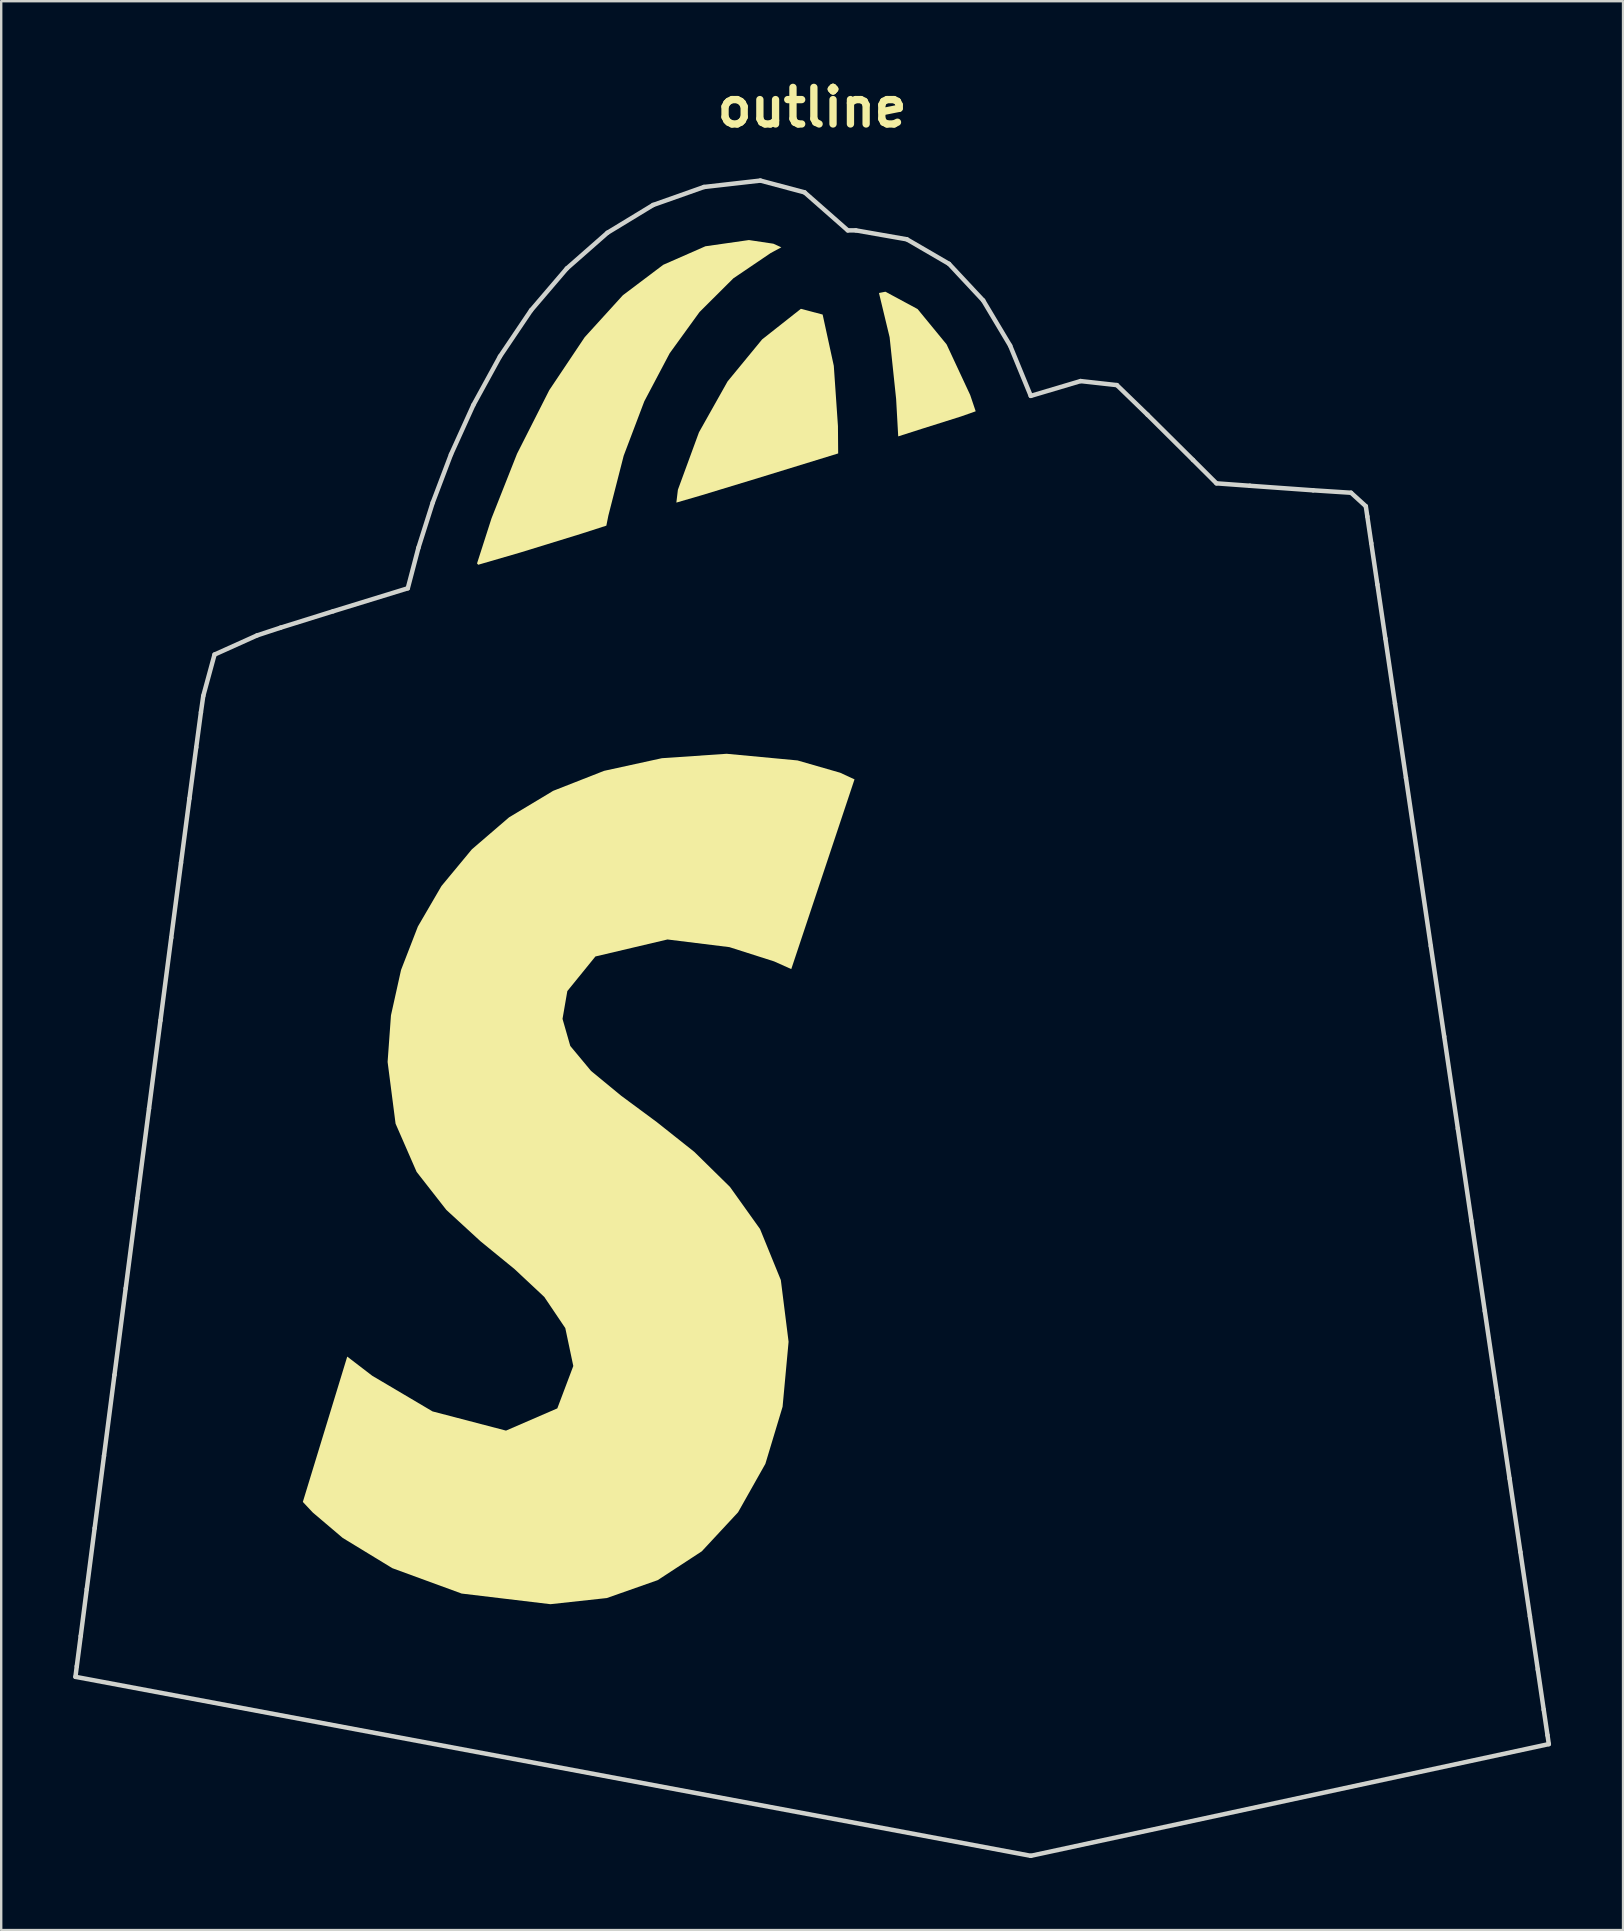
<source format=kicad_pcb>
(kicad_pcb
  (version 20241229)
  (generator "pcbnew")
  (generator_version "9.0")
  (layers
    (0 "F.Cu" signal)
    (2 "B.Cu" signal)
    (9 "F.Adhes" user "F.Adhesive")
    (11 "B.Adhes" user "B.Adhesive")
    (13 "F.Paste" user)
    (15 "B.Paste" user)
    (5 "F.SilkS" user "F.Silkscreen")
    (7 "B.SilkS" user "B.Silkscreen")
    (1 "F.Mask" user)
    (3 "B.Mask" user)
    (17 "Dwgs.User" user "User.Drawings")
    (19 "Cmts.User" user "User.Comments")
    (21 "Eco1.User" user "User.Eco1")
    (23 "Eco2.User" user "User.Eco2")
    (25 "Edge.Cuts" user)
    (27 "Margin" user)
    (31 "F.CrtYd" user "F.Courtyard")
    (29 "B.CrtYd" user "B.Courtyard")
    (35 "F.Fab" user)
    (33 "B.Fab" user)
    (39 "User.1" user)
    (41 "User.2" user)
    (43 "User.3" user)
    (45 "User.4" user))
  (footprint "outline"
    (layer "F.Cu")
    (at 30.788 39.374)
    (property "Reference" "outline" (at 0 -37.948 0) (layer "F.SilkS") (effects (font (size 1.524 1.524) (thickness 0.305))))
    (attr smd)
    (fp_poly (pts (xy 22.454 -21.893) (xy 20.875 -21.995) (xy 18.238 -22.184) (xy 16.847 -22.285) (xy 15.871 -23.259) (xy 13.973 -25.143) (xy 12.698 -26.378) (xy 12.138 -26.658) (xy 9.11 34.9) (xy 30.695 30.246) (xy 30.64 29.875) (xy 30.483 28.813) (xy 30.235 27.136) (xy 29.907 24.92) (xy 29.511 22.243) (xy 29.059 19.181) (xy 28.56 15.81) (xy 28.027 12.207) (xy 27.471 8.449) (xy 26.904 4.611) (xy 26.336 0.771) (xy 25.778 -2.995) (xy 25.243 -6.61) (xy 24.742 -9.999) (xy 24.285 -13.084) (xy 23.885 -15.789) (xy 23.552 -18.037) (xy 23.297 -19.752) (xy 23.133 -20.857) (xy 23.07 -21.276) (xy 22.454 -21.893)) (stroke (width 0) (type solid)) (fill yes) (layer "F.Mask"))
    (fp_poly (pts (xy 3.5 -25.8) (xy 3.229 -28.373) (xy 2.785 -30.217) (xy 3.054 -30.269) (xy 4.394 -29.547) (xy 5.602 -28.076) (xy 6.586 -25.966) (xy 6.815 -25.287) (xy 6.205 -25.072) (xy 4.591 -24.563) (xy 3.587 -24.242) (xy 3.5 -25.8)) (stroke (width 0) (type solid)) (fill yes) (layer "F.SilkS"))
    (fp_poly (pts (xy -5.593 -22.017) (xy -4.715 -24.411) (xy -3.522 -26.533) (xy -2.083 -28.283) (xy -0.468 -29.557) (xy 0.438 -29.318) (xy 0.903 -27.183) (xy 1.076 -24.669) (xy 1.085 -23.531) (xy -2.242 -22.508) (xy -4.618 -21.785) (xy -5.657 -21.483) (xy -5.593 -22.017) (xy -5.593 -22.017)) (stroke (width 0) (type solid)) (fill yes) (layer "F.SilkS"))
    (fp_poly (pts (xy -13.962 -18.948) (xy -13.358 -20.829) (xy -12.295 -23.518) (xy -10.952 -26.168) (xy -9.475 -28.375) (xy -7.886 -30.122) (xy -6.203 -31.391) (xy -4.446 -32.163) (xy -2.634 -32.422) (xy -1.615 -32.27) (xy -1.283 -32.119) (xy -1.726 -31.881) (xy -3.282 -30.827) (xy -4.69 -29.425) (xy -5.934 -27.707) (xy -6.993 -25.702) (xy -7.851 -23.438) (xy -8.489 -20.946) (xy -8.574 -20.522) (xy -9.608 -20.189) (xy -12.158 -19.403) (xy -13.912 -18.893) (xy -13.962 -18.948) (xy -13.962 -18.948)) (stroke (width 0) (type solid)) (fill yes) (layer "F.SilkS"))
    (fp_poly (pts (xy 1.766 -9.951) (xy -0.869 -2.046) (xy -1.583 -2.366) (xy -3.444 -2.96) (xy -6.027 -3.28) (xy -9.029 -2.572) (xy -10.2 -1.129) (xy -10.4 0.028) (xy -10.077 1.156) (xy -9.211 2.198) (xy -7.958 3.23) (xy -6.472 4.329) (xy -4.909 5.57) (xy -3.423 7.03) (xy -2.17 8.785) (xy -1.304 10.91) (xy -0.981 13.483) (xy -1.231 16.19) (xy -1.948 18.568) (xy -3.086 20.587) (xy -4.598 22.214) (xy -6.436 23.415) (xy -8.554 24.16) (xy -10.904 24.416) (xy -14.604 23.973) (xy -17.49 22.916) (xy -19.559 21.655) (xy -20.804 20.598) (xy -21.22 20.155) (xy -19.37 14.1) (xy -18.328 14.899) (xy -15.815 16.384) (xy -12.755 17.184) (xy -10.617 16.258) (xy -9.951 14.492) (xy -10.284 12.913) (xy -11.16 11.614) (xy -12.399 10.454) (xy -13.82 9.293) (xy -15.24 7.989) (xy -16.479 6.404) (xy -17.356 4.395) (xy -17.688 1.822) (xy -17.548 -0.118) (xy -17.128 -2.01) (xy -16.427 -3.819) (xy -15.444 -5.507) (xy -14.177 -7.036) (xy -12.626 -8.37) (xy -10.79 -9.473) (xy -8.668 -10.306) (xy -6.258 -10.833) (xy -3.56 -11.017) (xy -0.609 -10.74) (xy 1.17 -10.227) (xy 1.766 -9.951)) (stroke (width 0) (type solid)) (fill yes) (layer "F.SilkS"))
    (fp_line (start -30.695 27.443) (end 9.11 34.9) (stroke (width 0.186) (type solid)) (layer "Edge.Cuts"))
    (fp_line (start -30.638 26.999) (end -30.695 27.443) (stroke (width 0.186) (type solid)) (layer "Edge.Cuts"))
    (fp_line (start -30.475 25.742) (end -30.638 26.999) (stroke (width 0.186) (type solid)) (layer "Edge.Cuts"))
    (fp_line (start -30.223 23.787) (end -30.475 25.742) (stroke (width 0.186) (type solid)) (layer "Edge.Cuts"))
    (fp_line (start -29.894 21.246) (end -30.223 23.787) (stroke (width 0.186) (type solid)) (layer "Edge.Cuts"))
    (fp_line (start -29.505 18.235) (end -29.894 21.246) (stroke (width 0.186) (type solid)) (layer "Edge.Cuts"))
    (fp_line (start -29.069 14.866) (end -29.505 18.235) (stroke (width 0.186) (type solid)) (layer "Edge.Cuts"))
    (fp_line (start -28.601 11.254) (end -29.069 14.866) (stroke (width 0.186) (type solid)) (layer "Edge.Cuts"))
    (fp_line (start -28.116 7.513) (end -28.601 11.254) (stroke (width 0.186) (type solid)) (layer "Edge.Cuts"))
    (fp_line (start -27.628 3.755) (end -28.116 7.513) (stroke (width 0.186) (type solid)) (layer "Edge.Cuts"))
    (fp_line (start -27.153 0.096) (end -27.628 3.755) (stroke (width 0.186) (type solid)) (layer "Edge.Cuts"))
    (fp_line (start -26.704 -3.352) (end -27.153 0.096) (stroke (width 0.186) (type solid)) (layer "Edge.Cuts"))
    (fp_line (start -26.296 -6.474) (end -26.704 -3.352) (stroke (width 0.186) (type solid)) (layer "Edge.Cuts"))
    (fp_line (start -25.944 -9.156) (end -26.296 -6.474) (stroke (width 0.186) (type solid)) (layer "Edge.Cuts"))
    (fp_line (start -25.662 -11.285) (end -25.944 -9.156) (stroke (width 0.186) (type solid)) (layer "Edge.Cuts"))
    (fp_line (start -25.466 -12.747) (end -25.662 -11.285) (stroke (width 0.186) (type solid)) (layer "Edge.Cuts"))
    (fp_line (start -25.369 -13.427) (end -25.466 -12.747) (stroke (width 0.186) (type solid)) (layer "Edge.Cuts"))
    (fp_line (start -24.899 -15.151) (end -25.369 -13.427) (stroke (width 0.186) (type solid)) (layer "Edge.Cuts"))
    (fp_line (start -23.126 -15.95) (end -24.899 -15.151) (stroke (width 0.186) (type solid)) (layer "Edge.Cuts"))
    (fp_line (start -22.146 -16.272) (end -23.126 -15.95) (stroke (width 0.186) (type solid)) (layer "Edge.Cuts"))
    (fp_line (start -19.958 -16.955) (end -22.146 -16.272) (stroke (width 0.186) (type solid)) (layer "Edge.Cuts"))
    (fp_line (start -16.847 -17.912) (end -19.958 -16.955) (stroke (width 0.186) (type solid)) (layer "Edge.Cuts"))
    (fp_line (start -16.405 -19.597) (end -16.847 -17.912) (stroke (width 0.186) (type solid)) (layer "Edge.Cuts"))
    (fp_line (start -15.808 -21.481) (end -16.405 -19.597) (stroke (width 0.186) (type solid)) (layer "Edge.Cuts"))
    (fp_line (start -15.048 -23.488) (end -15.808 -21.481) (stroke (width 0.186) (type solid)) (layer "Edge.Cuts"))
    (fp_line (start -14.117 -25.544) (end -15.048 -23.488) (stroke (width 0.186) (type solid)) (layer "Edge.Cuts"))
    (fp_line (start -13.007 -27.571) (end -14.117 -25.544) (stroke (width 0.186) (type solid)) (layer "Edge.Cuts"))
    (fp_line (start -11.711 -29.494) (end -13.007 -27.571) (stroke (width 0.186) (type solid)) (layer "Edge.Cuts"))
    (fp_line (start -10.221 -31.238) (end -11.711 -29.494) (stroke (width 0.186) (type solid)) (layer "Edge.Cuts"))
    (fp_line (start -8.528 -32.726) (end -10.221 -31.238) (stroke (width 0.186) (type solid)) (layer "Edge.Cuts"))
    (fp_line (start -6.625 -33.883) (end -8.528 -32.726) (stroke (width 0.186) (type solid)) (layer "Edge.Cuts"))
    (fp_line (start -4.505 -34.633) (end -6.625 -33.883) (stroke (width 0.186) (type solid)) (layer "Edge.Cuts"))
    (fp_line (start -2.158 -34.9) (end -4.505 -34.633) (stroke (width 0.186) (type solid)) (layer "Edge.Cuts"))
    (fp_line (start -0.315 -34.409) (end -2.158 -34.9) (stroke (width 0.186) (type solid)) (layer "Edge.Cuts"))
    (fp_line (start 1.486 -32.825) (end -0.315 -34.409) (stroke (width 0.186) (type solid)) (layer "Edge.Cuts"))
    (fp_line (start 1.822 -32.825) (end 1.486 -32.825) (stroke (width 0.186) (type solid)) (layer "Edge.Cuts"))
    (fp_line (start 3.947 -32.453) (end 1.822 -32.825) (stroke (width 0.186) (type solid)) (layer "Edge.Cuts"))
    (fp_line (start 5.703 -31.431) (end 3.947 -32.453) (stroke (width 0.186) (type solid)) (layer "Edge.Cuts"))
    (fp_line (start 7.126 -29.907) (end 5.703 -31.431) (stroke (width 0.186) (type solid)) (layer "Edge.Cuts"))
    (fp_line (start 8.25 -28.024) (end 7.126 -29.907) (stroke (width 0.186) (type solid)) (layer "Edge.Cuts"))
    (fp_line (start 9.11 -25.929) (end 8.25 -28.024) (stroke (width 0.186) (type solid)) (layer "Edge.Cuts"))
    (fp_line (start 9.11 34.9) (end 30.695 30.246) (stroke (width 0.186) (type solid)) (layer "Edge.Cuts"))
    (fp_line (start 11.185 -26.546) (end 9.11 -25.929) (stroke (width 0.186) (type solid)) (layer "Edge.Cuts"))
    (fp_line (start 12.698 -26.378) (end 11.185 -26.546) (stroke (width 0.186) (type solid)) (layer "Edge.Cuts"))
    (fp_line (start 13.973 -25.143) (end 12.698 -26.378) (stroke (width 0.186) (type solid)) (layer "Edge.Cuts"))
    (fp_line (start 15.871 -23.259) (end 13.973 -25.143) (stroke (width 0.186) (type solid)) (layer "Edge.Cuts"))
    (fp_line (start 16.847 -22.285) (end 15.871 -23.259) (stroke (width 0.186) (type solid)) (layer "Edge.Cuts"))
    (fp_line (start 18.238 -22.184) (end 16.847 -22.285) (stroke (width 0.186) (type solid)) (layer "Edge.Cuts"))
    (fp_line (start 20.875 -21.995) (end 18.238 -22.184) (stroke (width 0.186) (type solid)) (layer "Edge.Cuts"))
    (fp_line (start 22.454 -21.893) (end 20.875 -21.995) (stroke (width 0.186) (type solid)) (layer "Edge.Cuts"))
    (fp_line (start 23.07 -21.332) (end 22.454 -21.893) (stroke (width 0.186) (type solid)) (layer "Edge.Cuts"))
    (fp_line (start 23.133 -20.905) (end 23.07 -21.332) (stroke (width 0.186) (type solid)) (layer "Edge.Cuts"))
    (fp_line (start 23.297 -19.793) (end 23.133 -20.905) (stroke (width 0.186) (type solid)) (layer "Edge.Cuts"))
    (fp_line (start 23.552 -18.071) (end 23.297 -19.793) (stroke (width 0.186) (type solid)) (layer "Edge.Cuts"))
    (fp_line (start 23.885 -15.817) (end 23.552 -18.071) (stroke (width 0.186) (type solid)) (layer "Edge.Cuts"))
    (fp_line (start 24.285 -13.108) (end 23.885 -15.817) (stroke (width 0.186) (type solid)) (layer "Edge.Cuts"))
    (fp_line (start 24.742 -10.018) (end 24.285 -13.108) (stroke (width 0.186) (type solid)) (layer "Edge.Cuts"))
    (fp_line (start 25.243 -6.626) (end 24.742 -10.018) (stroke (width 0.186) (type solid)) (layer "Edge.Cuts"))
    (fp_line (start 25.778 -3.007) (end 25.243 -6.626) (stroke (width 0.186) (type solid)) (layer "Edge.Cuts"))
    (fp_line (start 26.336 0.762) (end 25.778 -3.007) (stroke (width 0.186) (type solid)) (layer "Edge.Cuts"))
    (fp_line (start 26.904 4.604) (end 26.336 0.762) (stroke (width 0.186) (type solid)) (layer "Edge.Cuts"))
    (fp_line (start 27.471 8.444) (end 26.904 4.604) (stroke (width 0.186) (type solid)) (layer "Edge.Cuts"))
    (fp_line (start 28.027 12.204) (end 27.471 8.444) (stroke (width 0.186) (type solid)) (layer "Edge.Cuts"))
    (fp_line (start 28.56 15.808) (end 28.027 12.204) (stroke (width 0.186) (type solid)) (layer "Edge.Cuts"))
    (fp_line (start 29.059 19.18) (end 28.56 15.808) (stroke (width 0.186) (type solid)) (layer "Edge.Cuts"))
    (fp_line (start 29.511 22.242) (end 29.059 19.18) (stroke (width 0.186) (type solid)) (layer "Edge.Cuts"))
    (fp_line (start 29.907 24.92) (end 29.511 22.242) (stroke (width 0.186) (type solid)) (layer "Edge.Cuts"))
    (fp_line (start 30.235 27.136) (end 29.907 24.92) (stroke (width 0.186) (type solid)) (layer "Edge.Cuts"))
    (fp_line (start 30.483 28.813) (end 30.235 27.136) (stroke (width 0.186) (type solid)) (layer "Edge.Cuts"))
    (fp_line (start 30.64 29.875) (end 30.483 28.813) (stroke (width 0.186) (type solid)) (layer "Edge.Cuts"))
    (fp_line (start 30.695 30.246) (end 30.64 29.875) (stroke (width 0.186) (type solid)) (layer "Edge.Cuts")))
  (gr_rect
    (start -3 -3)
    (end 64.576 77.367)
    (stroke (width 0.1) (type default))
    (fill no)
    (layer "Edge.Cuts")))
</source>
